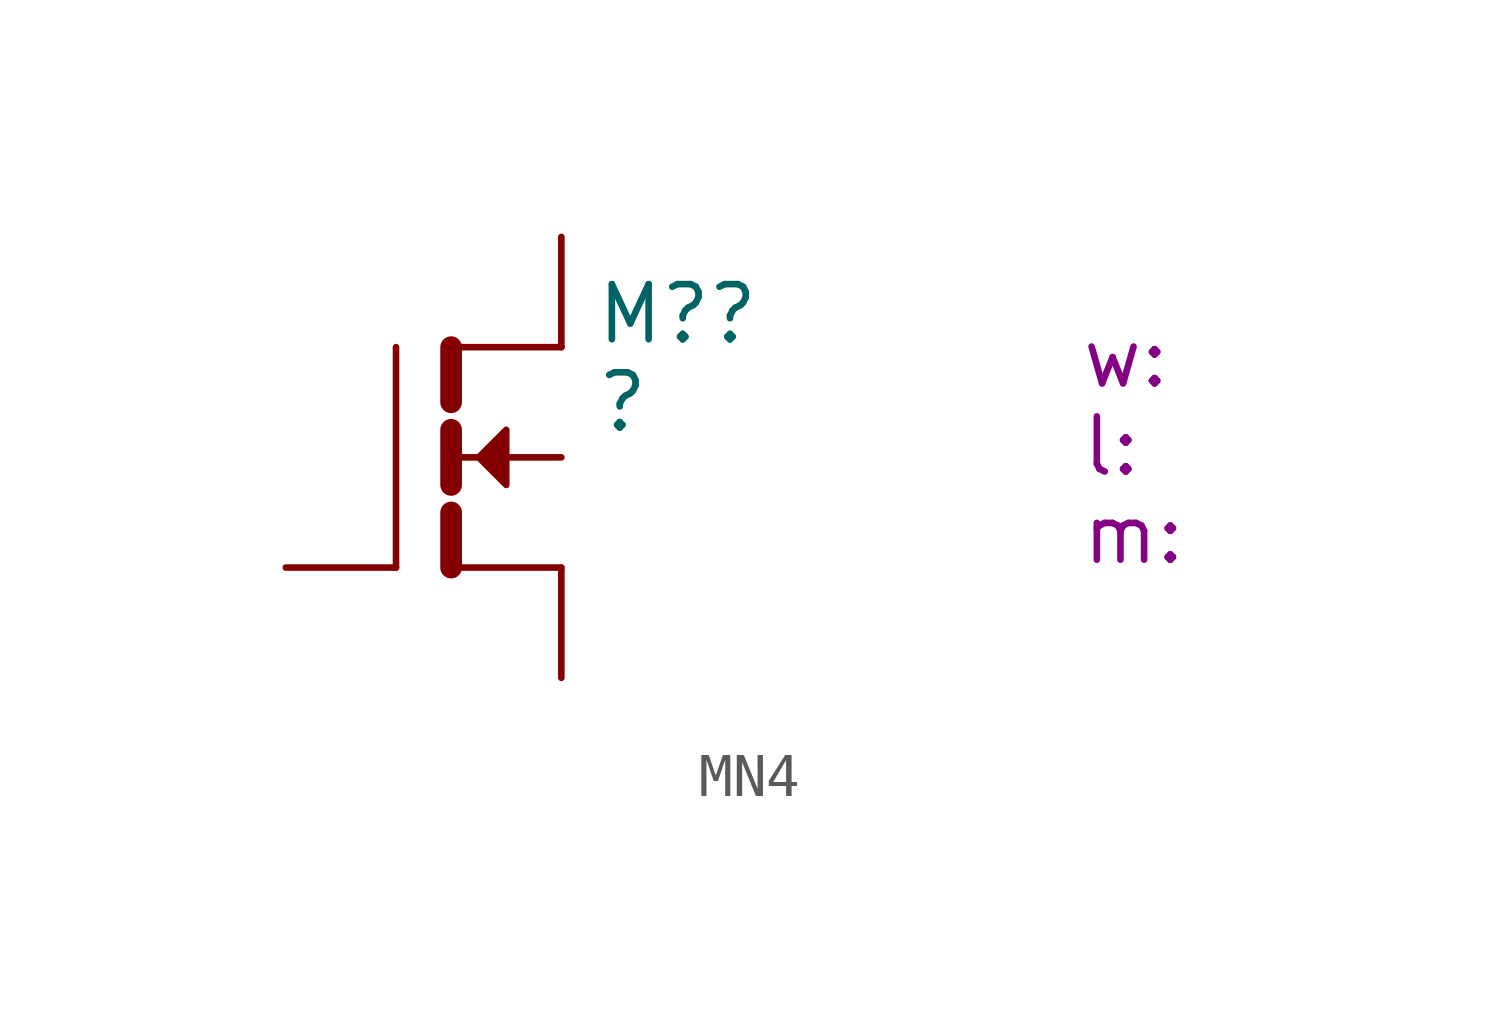
<source format=kicad_sym>
(kicad_symbol_lib
  (version 20241209)
  (generator "kicad_symbol_editor")
  (generator_version "9.0")
  (symbol "MN4"
    (pin_numbers
      (hide yes))
    (pin_names
      (offset 0)
      (hide yes))
    (property "Reference" "M?"
      (at 0.762 3.302 0)
      (effects (font (size 1.27 1.27)) (justify left)))
    (property "Value" "?"
      (at 0.762 1.27 0)
      (effects (font (size 1.27 1.27)) (justify left)))
    (property "m" ""
      (at 11.938 -1.778 0)
      (show_name)
      (effects (font (size 1.27 1.27)) (justify left)))
    (property "w" ""
      (at 11.938 2.286 0)
      (show_name)
      (effects (font (size 1.27 1.27)) (justify left)))
    (property "l" ""
      (at 11.938 0.254 0)
      (show_name)
      (effects (font (size 1.27 1.27)) (justify left)))
    (symbol "MN4_0_1"
      (polyline (pts (xy -3.81 -2.54) (xy -3.81 2.54)) (stroke (width 0) (type default)) (fill (type none)))
      (polyline (pts (xy -1.905 0) (xy -1.27 0.635) (xy -1.27 -0.635) (xy -1.905 0)) (stroke (width 0) (type solid)) (fill (type outline))))
    (symbol "MN4_1_0"
      (pin unspecified line (at -6.35 -2.54 0) (length 2.54) (name "G" (effects (font (size 1.27 1.27)))) (number "2" (effects (font (size 1.27 1.27)))))
      (pin unspecified line (at 0 5.08 270) (length 2.54) (name "D" (effects (font (size 1.27 1.27)))) (number "1" (effects (font (size 1.27 1.27)))))
      (pin unspecified line (at 0 0 180) (length 2.54) (name "B" (effects (font (size 1.27 1.27)))) (number "4" (effects (font (size 1.27 1.27)))))
      (pin unspecified line (at 0 -5.08 90) (length 2.54) (name "S" (effects (font (size 1.27 1.27)))) (number "3" (effects (font (size 1.27 1.27))))))
    (symbol "MN4_1_1"
      (polyline (pts (xy -2.54 1.27) (xy -2.54 2.54)) (stroke (width 0.5) (type solid)) (fill (type none)))
      (polyline (pts (xy -2.54 -0.635) (xy -2.54 0.635)) (stroke (width 0.5) (type solid)) (fill (type none)))
      (polyline (pts (xy -2.54 -2.54) (xy -2.54 -1.27)) (stroke (width 0.5) (type solid)) (fill (type none)))
      (polyline (pts (xy 0 2.54) (xy -2.54 2.54)) (stroke (width 0) (type default)) (fill (type none)))
      (polyline (pts (xy 0 -2.54) (xy -2.54 -2.54)) (stroke (width 0) (type default)) (fill (type none))))))
</source>
